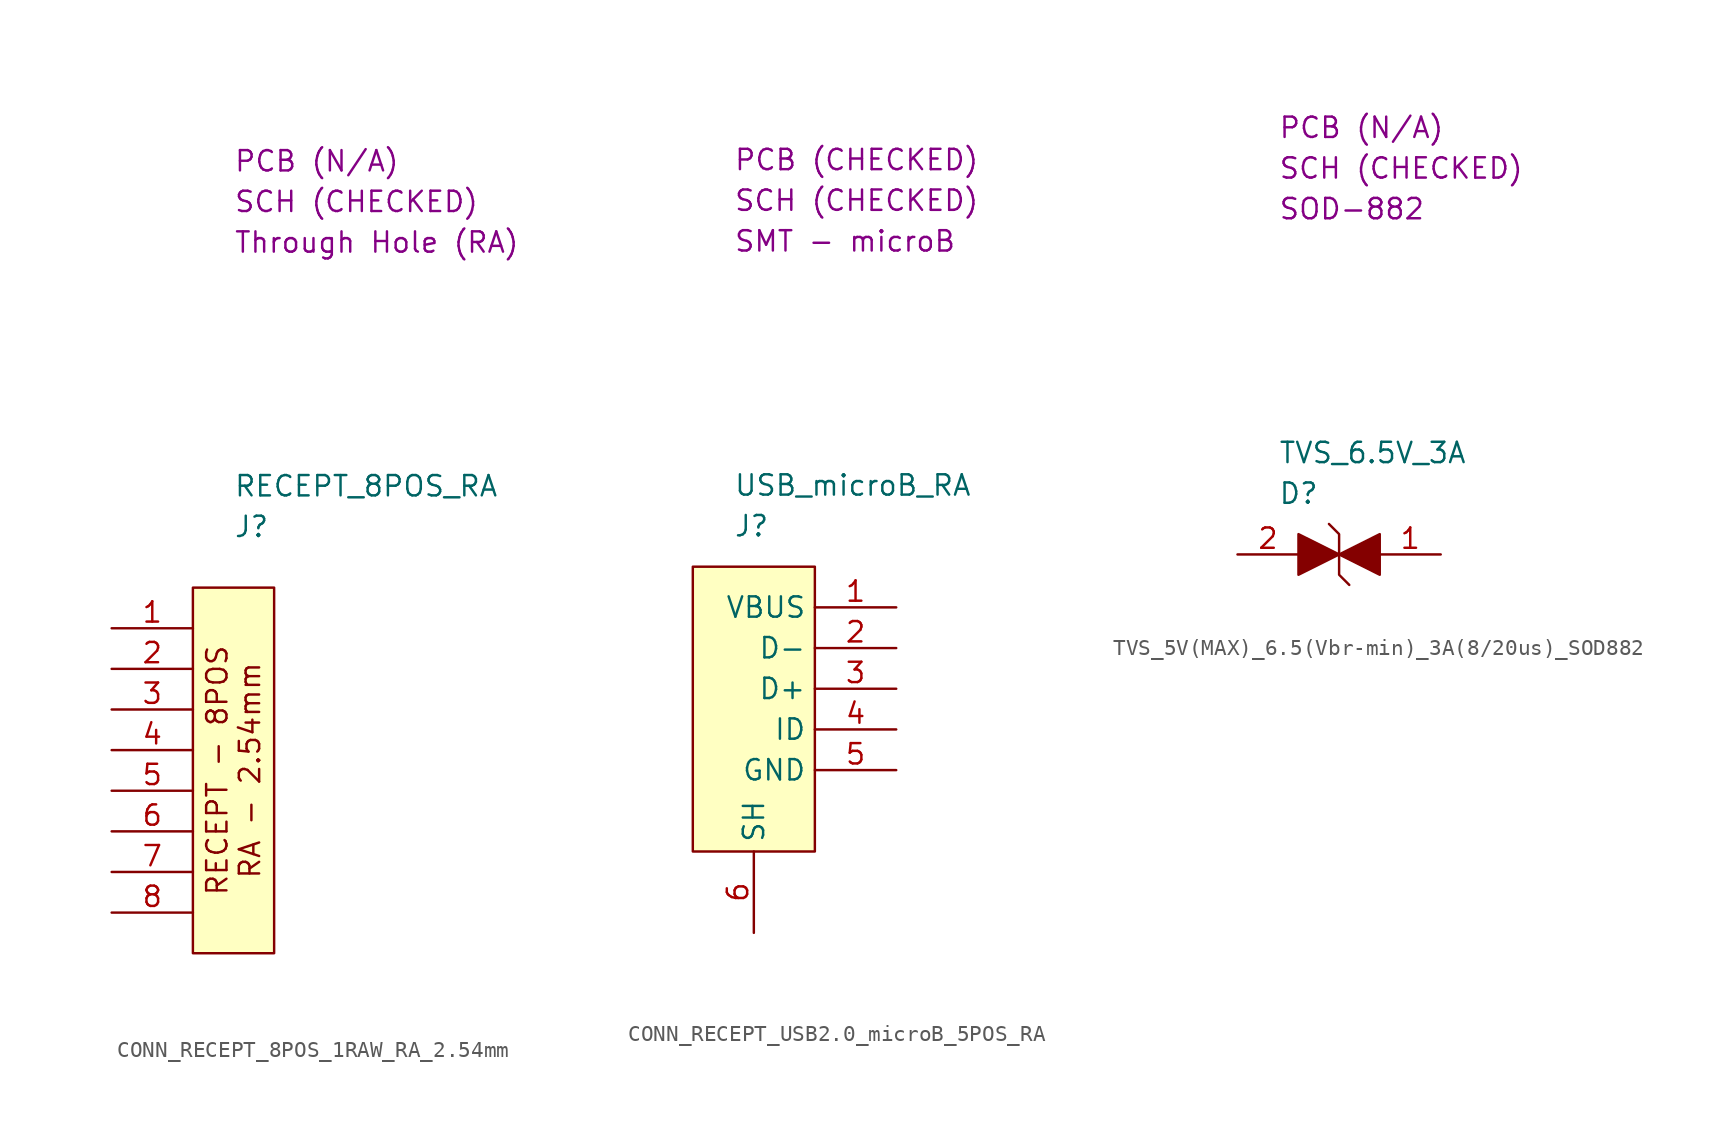
<source format=kicad_sym>
(kicad_symbol_lib
  (version 20220914)
  (generator kicad_symbol_editor)
  (symbol "CONN_RECEPT_8POS_1RAW_RA_2.54mm"
    (property "Reference" "J"
      (at 2.54 3.81 0)
      (effects (font (size 1.27 1.27)) (justify left)))
    (property "Value" "RECEPT_8POS_RA"
      (at 2.54 6.35 0)
      (effects (font (size 1.27 1.27)) (justify left)))
    (property "Package" "Through Hole (RA)"
      (at 2.54 21.59 0)
      (effects (font (size 1.27 1.27)) (justify left)))
    (property "SCH CHECK" "SCH (CHECKED)"
      (at 2.54 24.13 0)
      (effects (font (size 1.27 1.27)) (justify left)))
    (property "PCB CHECK" "PCB (N/A)"
      (at 2.54 26.67 0)
      (effects (font (size 1.27 1.27)) (justify left)))
    (symbol "CONN_RECEPT_8POS_1RAW_RA_2.54mm_1_1"
      (rectangle (start 0 0) (end 5.08 -22.86) (stroke (width 0) (type default)) (fill (type background)))
      (text "RECEPT - 8POS\nRA - 2.54mm" (at 2.54 -11.43 900) (effects (font (size 1.27 1.27))))
      (pin passive line (at -5.08 -2.54 0) (length 5.08) (name "" (effects (font (size 1.27 1.27)))) (number "1" (effects (font (size 1.27 1.27)))))
      (pin passive line (at -5.08 -5.08 0) (length 5.08) (name "" (effects (font (size 1.27 1.27)))) (number "2" (effects (font (size 1.27 1.27)))))
      (pin passive line (at -5.08 -7.62 0) (length 5.08) (name "" (effects (font (size 1.27 1.27)))) (number "3" (effects (font (size 1.27 1.27)))))
      (pin passive line (at -5.08 -10.16 0) (length 5.08) (name "" (effects (font (size 1.27 1.27)))) (number "4" (effects (font (size 1.27 1.27)))))
      (pin passive line (at -5.08 -12.7 0) (length 5.08) (name "" (effects (font (size 1.27 1.27)))) (number "5" (effects (font (size 1.27 1.27)))))
      (pin passive line (at -5.08 -15.24 0) (length 5.08) (name "" (effects (font (size 1.27 1.27)))) (number "6" (effects (font (size 1.27 1.27)))))
      (pin passive line (at -5.08 -17.78 0) (length 5.08) (name "" (effects (font (size 1.27 1.27)))) (number "7" (effects (font (size 1.27 1.27)))))
      (pin passive line (at -5.08 -20.32 0) (length 5.08) (name "" (effects (font (size 1.27 1.27)))) (number "8" (effects (font (size 1.27 1.27)))))))
  (symbol "CONN_RECEPT_USB2.0_microB_5POS_RA"
    (property "Reference" "J"
      (at 2.54 2.54 0)
      (effects (font (size 1.27 1.27)) (justify left)))
    (property "Value" "USB_microB_RA"
      (at 2.54 5.08 0)
      (effects (font (size 1.27 1.27)) (justify left)))
    (property "Package" "SMT - microB"
      (at 2.54 20.32 0)
      (effects (font (size 1.27 1.27)) (justify left)))
    (property "SCH CHECK" "SCH (CHECKED)"
      (at 2.54 22.86 0)
      (effects (font (size 1.27 1.27)) (justify left)))
    (property "PCB CHECK" "PCB (CHECKED)"
      (at 2.54 25.4 0)
      (effects (font (size 1.27 1.27)) (justify left)))
    (symbol "CONN_RECEPT_USB2.0_microB_5POS_RA_0_1"
      (rectangle (start 0 0) (end 7.62 -17.78) (stroke (width 0) (type default)) (fill (type background))))
    (symbol "CONN_RECEPT_USB2.0_microB_5POS_RA_1_1"
      (pin passive line (at 12.7 -2.54 180) (length 5.08) (name "VBUS" (effects (font (size 1.27 1.27)))) (number "1" (effects (font (size 1.27 1.27)))))
      (pin passive line (at 12.7 -5.08 180) (length 5.08) (name "D-" (effects (font (size 1.27 1.27)))) (number "2" (effects (font (size 1.27 1.27)))))
      (pin passive line (at 12.7 -7.62 180) (length 5.08) (name "D+" (effects (font (size 1.27 1.27)))) (number "3" (effects (font (size 1.27 1.27)))))
      (pin passive line (at 12.7 -10.16 180) (length 5.08) (name "ID" (effects (font (size 1.27 1.27)))) (number "4" (effects (font (size 1.27 1.27)))))
      (pin passive line (at 12.7 -12.7 180) (length 5.08) (name "GND" (effects (font (size 1.27 1.27)))) (number "5" (effects (font (size 1.27 1.27)))))
      (pin passive line (at 3.81 -22.86 90) (length 5.08) (name "SH" (effects (font (size 1.27 1.27)))) (number "6" (effects (font (size 1.27 1.27)))))))
  (symbol "TVS_5V(MAX)_6.5(Vbr-min)_3A(8/20us)_SOD882"
    (property "Reference" "D"
      (at 2.54 3.81 0)
      (effects (font (size 1.27 1.27)) (justify left)))
    (property "Value" "TVS_6.5V_3A"
      (at 2.54 6.35 0)
      (effects (font (size 1.27 1.27)) (justify left)))
    (property "Package" "SOD-882"
      (at 2.54 21.59 0)
      (effects (font (size 1.27 1.27)) (justify left)))
    (property "SCH CHECK" "SCH (CHECKED)"
      (at 2.54 24.13 0)
      (effects (font (size 1.27 1.27)) (justify left)))
    (property "PCB CHECK" "PCB (N/A)"
      (at 2.54 26.67 0)
      (effects (font (size 1.27 1.27)) (justify left)))
    (symbol "TVS_5V(MAX)_6.5(Vbr-min)_3A(8/20us)_SOD882_1_1"
      (polyline (pts (xy 3.81 1.27) (xy 3.81 -1.27) (xy 6.35 0) (xy 3.81 1.27)) (stroke (width 0) (type default)) (fill (type outline)))
      (polyline (pts (xy 5.715 1.905) (xy 6.35 1.27) (xy 6.35 -1.27) (xy 6.985 -1.905)) (stroke (width 0) (type default)) (fill (type none)))
      (polyline (pts (xy 8.89 -1.27) (xy 8.89 1.27) (xy 6.35 0) (xy 8.89 -1.27)) (stroke (width 0) (type default)) (fill (type outline)))
      (pin passive line (at 12.7 0 180) (length 3.81) (name "" (effects (font (size 1.27 1.27)))) (number "1" (effects (font (size 1.27 1.27)))))
      (pin passive line (at 0 0 0) (length 3.81) (name "" (effects (font (size 1.27 1.27)))) (number "2" (effects (font (size 1.27 1.27))))))))
</source>
